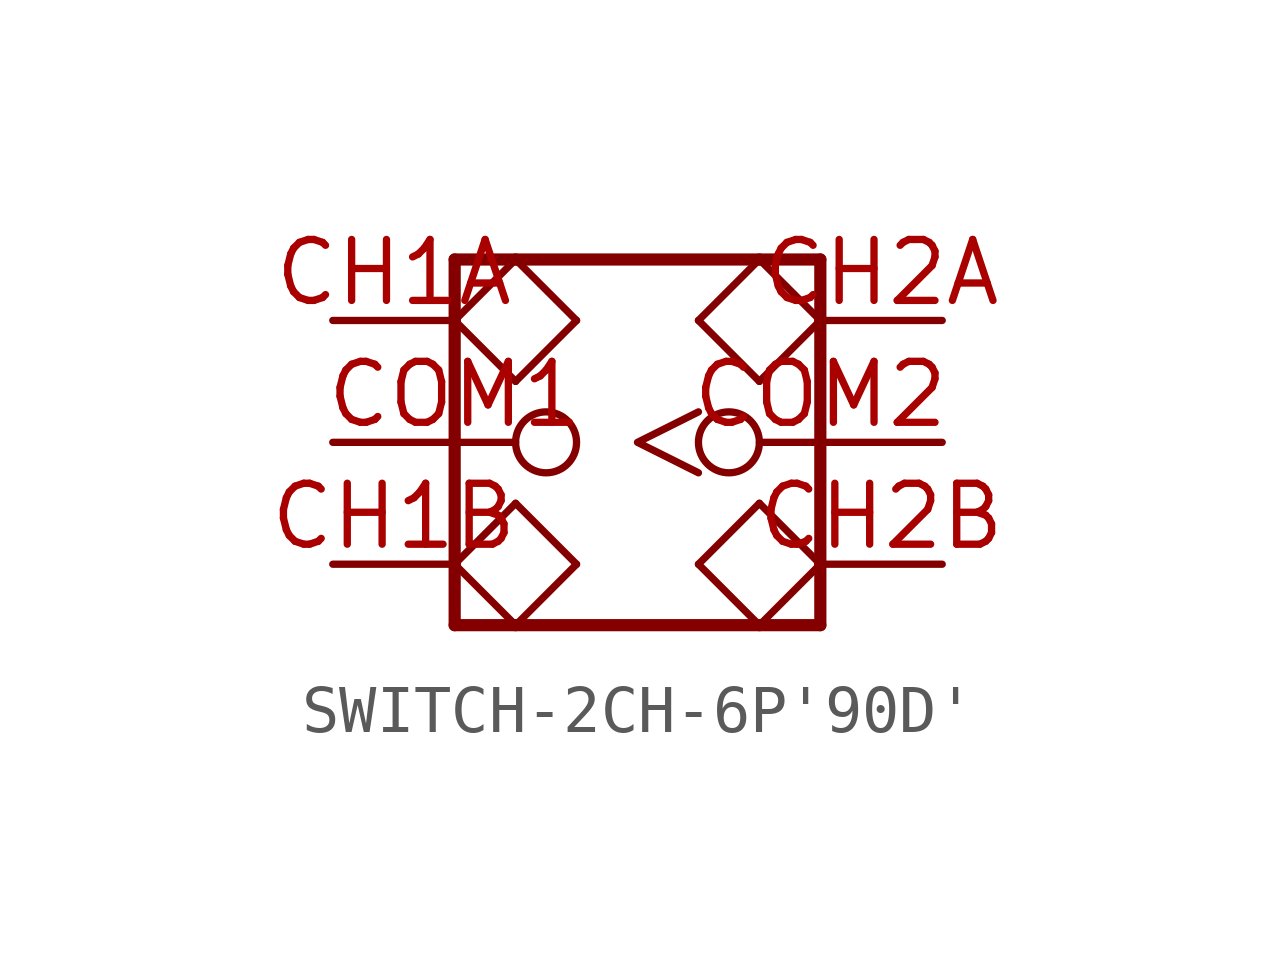
<source format=kicad_sym>
(kicad_symbol_lib
  (version 20220914)
  (generator kicad_symbol_editor)
  (symbol "SWITCH-2CH-6P'90D'"
    (property "Reference" "SW"
      (at -3.81 3.81 0)
      (effects (font (size 1.27 1.079)) (justify left bottom) hide))
    (property "ki_locked" ""
      (at 0 0 0)
      (effects (font (size 1.27 1.27))))
    (symbol "SWITCH-2CH-6P'90D'_1_0"
      (polyline (pts (xy -3.81 -3.81) (xy -3.81 -2.54)) (stroke (width 0.254) (type solid)) (fill (type none)))
      (polyline (pts (xy -3.81 -2.54) (xy -3.81 2.54)) (stroke (width 0.254) (type solid)) (fill (type none)))
      (polyline (pts (xy -3.81 -2.54) (xy -2.54 -1.27)) (stroke (width 0.152) (type solid)) (fill (type none)))
      (polyline (pts (xy -3.81 2.54) (xy -3.81 3.81)) (stroke (width 0.254) (type solid)) (fill (type none)))
      (polyline (pts (xy -3.81 2.54) (xy -2.54 3.81)) (stroke (width 0.152) (type solid)) (fill (type none)))
      (polyline (pts (xy -3.81 3.81) (xy -2.54 3.81)) (stroke (width 0.254) (type solid)) (fill (type none)))
      (polyline (pts (xy -2.54 -3.81) (xy -3.81 -3.81)) (stroke (width 0.254) (type solid)) (fill (type none)))
      (polyline (pts (xy -2.54 -3.81) (xy -3.81 -2.54)) (stroke (width 0.152) (type solid)) (fill (type none)))
      (polyline (pts (xy -2.54 -1.27) (xy -1.27 -2.54)) (stroke (width 0.152) (type solid)) (fill (type none)))
      (polyline (pts (xy -2.54 1.27) (xy -3.81 2.54)) (stroke (width 0.152) (type solid)) (fill (type none)))
      (polyline (pts (xy -2.54 3.81) (xy -1.27 2.54)) (stroke (width 0.152) (type solid)) (fill (type none)))
      (polyline (pts (xy -2.54 3.81) (xy 2.54 3.81)) (stroke (width 0.254) (type solid)) (fill (type none)))
      (polyline (pts (xy -1.27 -2.54) (xy -2.54 -3.81)) (stroke (width 0.152) (type solid)) (fill (type none)))
      (polyline (pts (xy -1.27 2.54) (xy -2.54 1.27)) (stroke (width 0.152) (type solid)) (fill (type none)))
      (polyline (pts (xy 1.27 -2.54) (xy 2.54 -3.81)) (stroke (width 0.152) (type solid)) (fill (type none)))
      (polyline (pts (xy 1.27 2.54) (xy 2.54 1.27)) (stroke (width 0.152) (type solid)) (fill (type none)))
      (polyline (pts (xy 2.54 -3.81) (xy -2.54 -3.81)) (stroke (width 0.254) (type solid)) (fill (type none)))
      (polyline (pts (xy 2.54 -3.81) (xy 3.81 -2.54)) (stroke (width 0.152) (type solid)) (fill (type none)))
      (polyline (pts (xy 2.54 -1.27) (xy 1.27 -2.54)) (stroke (width 0.152) (type solid)) (fill (type none)))
      (polyline (pts (xy 2.54 1.27) (xy 3.81 2.54)) (stroke (width 0.152) (type solid)) (fill (type none)))
      (polyline (pts (xy 2.54 3.81) (xy 1.27 2.54)) (stroke (width 0.152) (type solid)) (fill (type none)))
      (polyline (pts (xy 2.54 3.81) (xy 3.81 3.81)) (stroke (width 0.254) (type solid)) (fill (type none)))
      (polyline (pts (xy 3.81 -3.81) (xy 2.54 -3.81)) (stroke (width 0.254) (type solid)) (fill (type none)))
      (polyline (pts (xy 3.81 -2.54) (xy 2.54 -1.27)) (stroke (width 0.152) (type solid)) (fill (type none)))
      (polyline (pts (xy 3.81 -2.54) (xy 3.81 -3.81)) (stroke (width 0.254) (type solid)) (fill (type none)))
      (polyline (pts (xy 3.81 2.54) (xy 2.54 3.81)) (stroke (width 0.152) (type solid)) (fill (type none)))
      (polyline (pts (xy 3.81 2.54) (xy 3.81 -2.54)) (stroke (width 0.254) (type solid)) (fill (type none)))
      (polyline (pts (xy 3.81 3.81) (xy 3.81 2.54)) (stroke (width 0.254) (type solid)) (fill (type none)))
      (pin bidirectional line (at -6.35 2.54 0) (length 2.54) (name "CH1A" (effects (font (size 0 0)))) (number "CH1A" (effects (font (size 1.27 1.27)))))
      (pin bidirectional line (at -6.35 -2.54 0) (length 2.54) (name "CH1B" (effects (font (size 0 0)))) (number "CH1B" (effects (font (size 1.27 1.27)))))
      (pin bidirectional line (at 6.35 2.54 180) (length 2.54) (name "CH2A" (effects (font (size 0 0)))) (number "CH2A" (effects (font (size 1.27 1.27)))))
      (pin bidirectional line (at 6.35 -2.54 180) (length 2.54) (name "CH2B" (effects (font (size 0 0)))) (number "CH2B" (effects (font (size 1.27 1.27)))))
      (pin bidirectional inverted (at -6.35 0 0) (length 5.08) (name "COM1" (effects (font (size 0 0)))) (number "COM1" (effects (font (size 1.27 1.27)))))
      (pin bidirectional inverted_clock (at 6.35 0 180) (length 5.08) (name "COM2" (effects (font (size 0 0)))) (number "COM2" (effects (font (size 1.27 1.27))))))))
</source>
